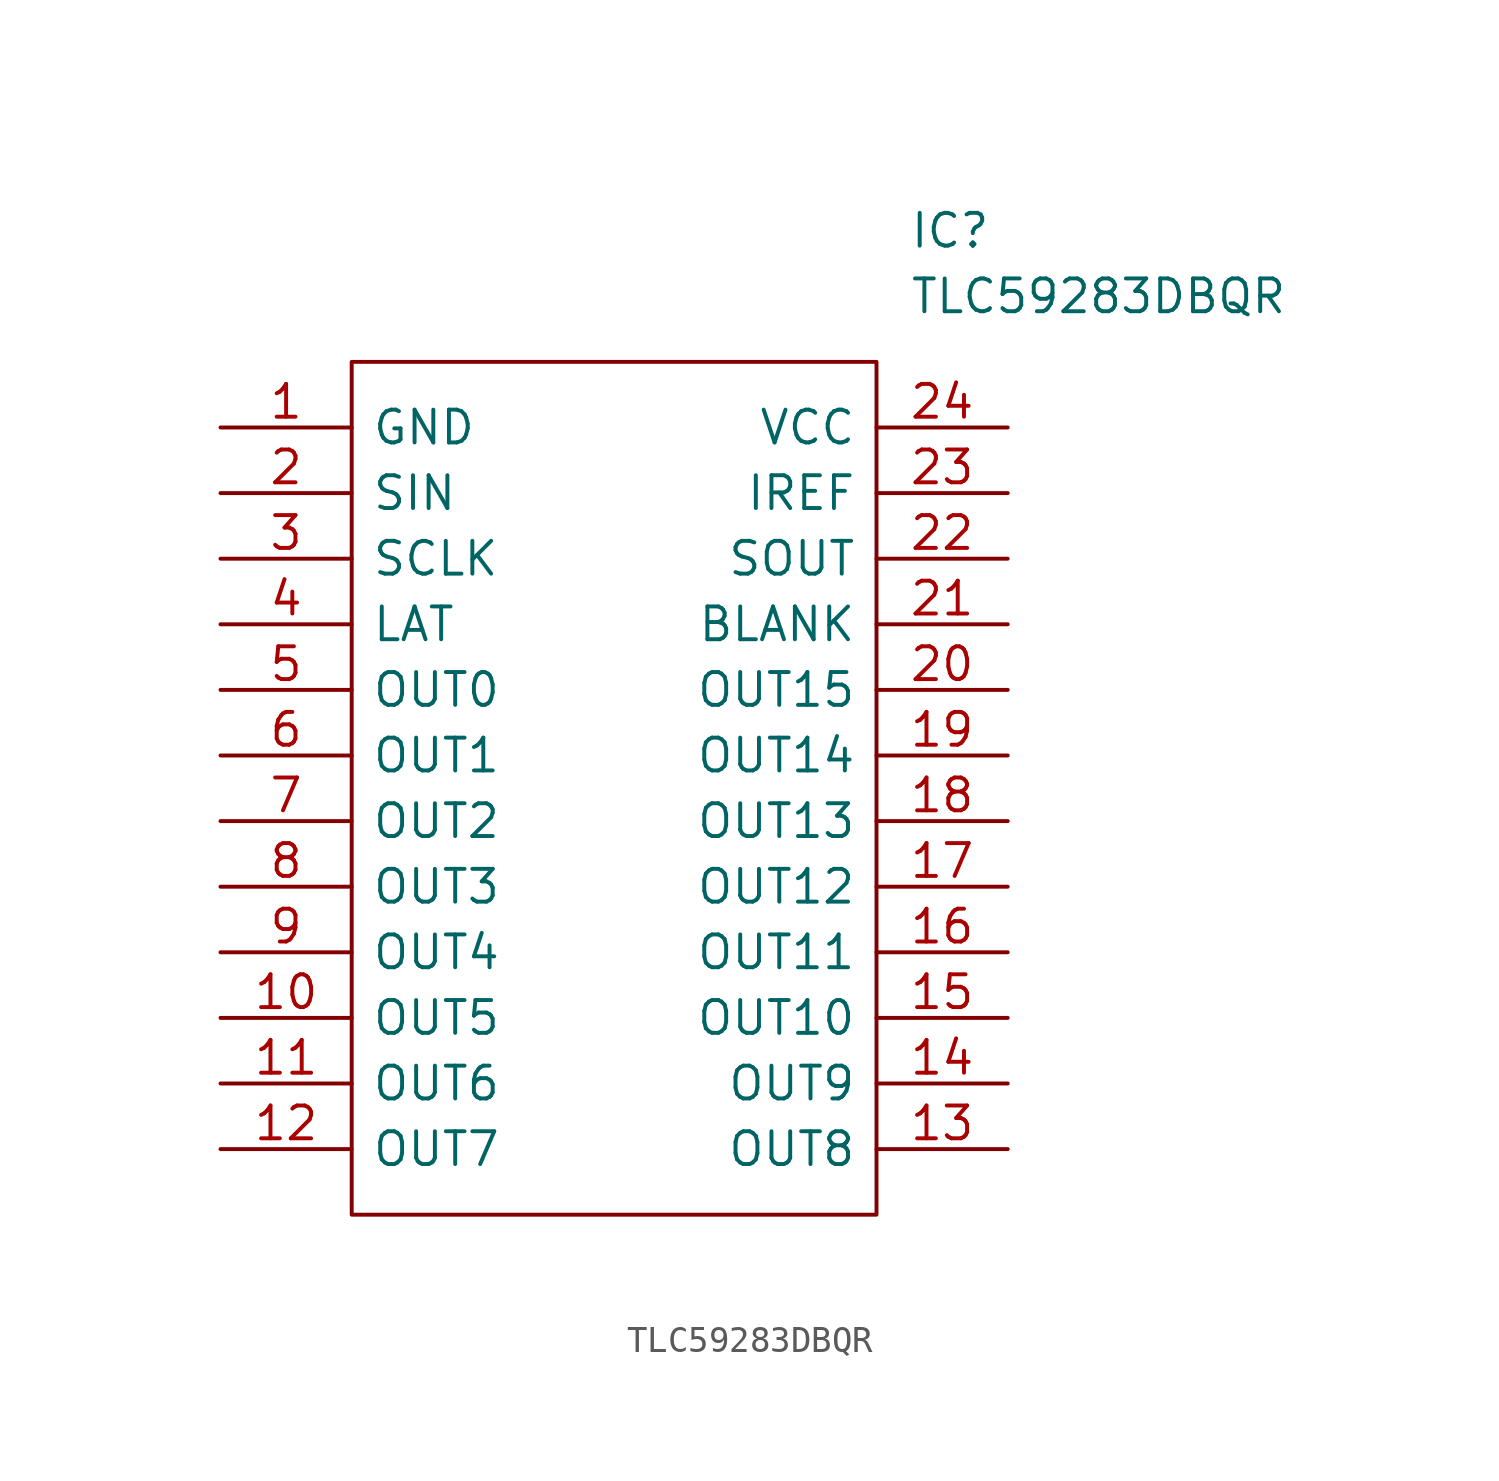
<source format=kicad_sym>
(kicad_symbol_lib
  (version 20211014)
  (generator kicad_symbol_editor)
  (symbol "TLC59283DBQR"
    (pin_names
      (offset 0.762))
    (property "Reference" "IC"
      (at 26.67 7.62 0)
      (effects (font (size 1.27 1.27)) (justify left)))
    (property "Value" "TLC59283DBQR"
      (at 26.67 5.08 0)
      (effects (font (size 1.27 1.27)) (justify left)))
    (symbol "TLC59283DBQR_0_0"
      (pin power_in line (at 0 0 0) (length 5.08) (name "GND" (effects (font (size 1.27 1.27)))) (number "1" (effects (font (size 1.27 1.27)))))
      (pin output line (at 0 -22.86 0) (length 5.08) (name "OUT5" (effects (font (size 1.27 1.27)))) (number "10" (effects (font (size 1.27 1.27)))))
      (pin output line (at 0 -25.4 0) (length 5.08) (name "OUT6" (effects (font (size 1.27 1.27)))) (number "11" (effects (font (size 1.27 1.27)))))
      (pin output line (at 0 -27.94 0) (length 5.08) (name "OUT7" (effects (font (size 1.27 1.27)))) (number "12" (effects (font (size 1.27 1.27)))))
      (pin output line (at 30.48 -27.94 180) (length 5.08) (name "OUT8" (effects (font (size 1.27 1.27)))) (number "13" (effects (font (size 1.27 1.27)))))
      (pin output line (at 30.48 -25.4 180) (length 5.08) (name "OUT9" (effects (font (size 1.27 1.27)))) (number "14" (effects (font (size 1.27 1.27)))))
      (pin output line (at 30.48 -22.86 180) (length 5.08) (name "OUT10" (effects (font (size 1.27 1.27)))) (number "15" (effects (font (size 1.27 1.27)))))
      (pin output line (at 30.48 -20.32 180) (length 5.08) (name "OUT11" (effects (font (size 1.27 1.27)))) (number "16" (effects (font (size 1.27 1.27)))))
      (pin output line (at 30.48 -17.78 180) (length 5.08) (name "OUT12" (effects (font (size 1.27 1.27)))) (number "17" (effects (font (size 1.27 1.27)))))
      (pin output line (at 30.48 -15.24 180) (length 5.08) (name "OUT13" (effects (font (size 1.27 1.27)))) (number "18" (effects (font (size 1.27 1.27)))))
      (pin output line (at 30.48 -12.7 180) (length 5.08) (name "OUT14" (effects (font (size 1.27 1.27)))) (number "19" (effects (font (size 1.27 1.27)))))
      (pin input line (at 0 -2.54 0) (length 5.08) (name "SIN" (effects (font (size 1.27 1.27)))) (number "2" (effects (font (size 1.27 1.27)))))
      (pin output line (at 30.48 -10.16 180) (length 5.08) (name "OUT15" (effects (font (size 1.27 1.27)))) (number "20" (effects (font (size 1.27 1.27)))))
      (pin input line (at 30.48 -7.62 180) (length 5.08) (name "BLANK" (effects (font (size 1.27 1.27)))) (number "21" (effects (font (size 1.27 1.27)))))
      (pin output line (at 30.48 -5.08 180) (length 5.08) (name "SOUT" (effects (font (size 1.27 1.27)))) (number "22" (effects (font (size 1.27 1.27)))))
      (pin input line (at 30.48 -2.54 180) (length 5.08) (name "IREF" (effects (font (size 1.27 1.27)))) (number "23" (effects (font (size 1.27 1.27)))))
      (pin power_in line (at 30.48 0 180) (length 5.08) (name "VCC" (effects (font (size 1.27 1.27)))) (number "24" (effects (font (size 1.27 1.27)))))
      (pin input line (at 0 -5.08 0) (length 5.08) (name "SCLK" (effects (font (size 1.27 1.27)))) (number "3" (effects (font (size 1.27 1.27)))))
      (pin input line (at 0 -7.62 0) (length 5.08) (name "LAT" (effects (font (size 1.27 1.27)))) (number "4" (effects (font (size 1.27 1.27)))))
      (pin output line (at 0 -10.16 0) (length 5.08) (name "OUT0" (effects (font (size 1.27 1.27)))) (number "5" (effects (font (size 1.27 1.27)))))
      (pin output line (at 0 -12.7 0) (length 5.08) (name "OUT1" (effects (font (size 1.27 1.27)))) (number "6" (effects (font (size 1.27 1.27)))))
      (pin output line (at 0 -15.24 0) (length 5.08) (name "OUT2" (effects (font (size 1.27 1.27)))) (number "7" (effects (font (size 1.27 1.27)))))
      (pin output line (at 0 -17.78 0) (length 5.08) (name "OUT3" (effects (font (size 1.27 1.27)))) (number "8" (effects (font (size 1.27 1.27)))))
      (pin output line (at 0 -20.32 0) (length 5.08) (name "OUT4" (effects (font (size 1.27 1.27)))) (number "9" (effects (font (size 1.27 1.27))))))
    (symbol "TLC59283DBQR_0_1"
      (polyline (pts (xy 5.08 2.54) (xy 25.4 2.54) (xy 25.4 -30.48) (xy 5.08 -30.48) (xy 5.08 2.54)) (stroke (width 0.152) (type default) (color 0 0 0 0)) (fill (type none))))))
</source>
